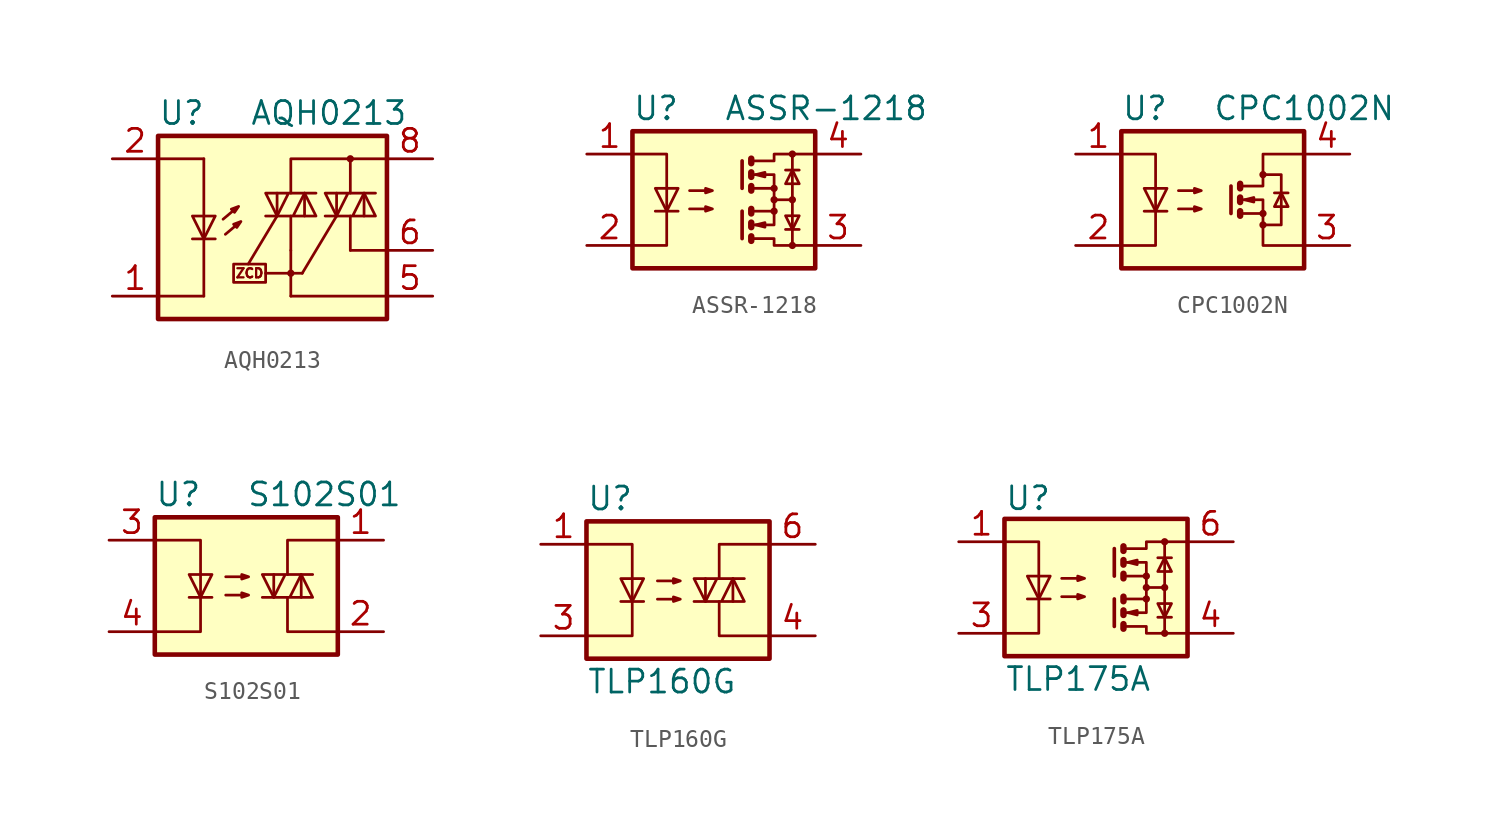
<source format=kicad_sym>
(kicad_symbol_lib
  (version 20220914)
  (generator kicad_symbol_editor)
  (symbol "AQH0213"
    (property "Reference" "U"
      (at -7.62 5.08 0)
      (effects (font (size 1.27 1.27)) (justify left)))
    (property "Value" "AQH0213"
      (at -2.54 5.08 0)
      (effects (font (size 1.27 1.27)) (justify left)))
    (symbol "AQH0213_0_0"
      (rectangle (start -3.429 -3.302) (end -1.651 -4.318) (stroke (width 0) (type default)) (fill (type none)))
      (text "ZCD" (at -2.54 -3.81 0) (effects (font (size 0.508 0.508)))))
    (symbol "AQH0213_0_1"
      (rectangle (start -7.62 3.81) (end 5.08 -6.35) (stroke (width 0.254) (type default)) (fill (type background)))
      (polyline (pts (xy -5.715 -1.905) (xy -4.445 -1.905)) (stroke (width 0) (type default)) (fill (type none)))
      (polyline (pts (xy -5.08 -5.08) (xy -7.62 -5.08)) (stroke (width 0) (type default)) (fill (type none)))
      (polyline (pts (xy -5.08 -1.905) (xy -5.08 -5.08)) (stroke (width 0) (type default)) (fill (type none)))
      (polyline (pts (xy -5.08 -0.635) (xy -5.08 -1.905)) (stroke (width 0) (type default)) (fill (type none)))
      (polyline (pts (xy -5.08 -0.635) (xy -5.08 2.54)) (stroke (width 0) (type default)) (fill (type none)))
      (polyline (pts (xy -5.08 2.54) (xy -7.493 2.54)) (stroke (width 0) (type default)) (fill (type none)))
      (polyline (pts (xy -3.251 -1.118) (xy -3.886 -1.651)) (stroke (width 0) (type default)) (fill (type none)))
      (polyline (pts (xy -1.651 -3.81) (xy -0.254 -3.81)) (stroke (width 0) (type default)) (fill (type none)))
      (polyline (pts (xy -1.016 -0.635) (xy -2.616 -3.302)) (stroke (width 0) (type default)) (fill (type none)))
      (polyline (pts (xy -1.016 -0.635) (xy -1.016 0.635)) (stroke (width 0) (type default)) (fill (type none)))
      (polyline (pts (xy -0.254 -3.81) (xy 0.381 -3.81)) (stroke (width 0) (type default)) (fill (type none)))
      (polyline (pts (xy -0.254 -2.54) (xy -0.254 -5.08)) (stroke (width 0) (type default)) (fill (type none)))
      (polyline (pts (xy -0.254 -2.54) (xy -0.254 -0.635)) (stroke (width 0) (type default)) (fill (type none)))
      (polyline (pts (xy 0.381 -3.81) (xy 2.286 -0.635)) (stroke (width 0) (type default)) (fill (type none)))
      (polyline (pts (xy 0.508 0.635) (xy 0.508 -0.635)) (stroke (width 0) (type default)) (fill (type none)))
      (polyline (pts (xy 3.048 -2.54) (xy 5.08 -2.54)) (stroke (width 0) (type default)) (fill (type none)))
      (polyline (pts (xy 3.048 -0.635) (xy 3.048 -2.54)) (stroke (width 0) (type default)) (fill (type none)))
      (polyline (pts (xy 3.048 2.54) (xy 3.048 0.635)) (stroke (width 0) (type default)) (fill (type none)))
      (polyline (pts (xy 5.08 -5.08) (xy -0.254 -5.08)) (stroke (width 0) (type default)) (fill (type none)))
      (polyline (pts (xy 5.08 2.54) (xy 3.048 2.54)) (stroke (width 0) (type default)) (fill (type none)))
      (polyline (pts (xy 3.048 2.54) (xy -0.254 2.54) (xy -0.254 0.635)) (stroke (width 0) (type default)) (fill (type none)))
      (polyline (pts (xy -5.08 -1.905) (xy -5.715 -0.635) (xy -4.445 -0.635) (xy -5.08 -1.905)) (stroke (width 0) (type default)) (fill (type none)))
      (polyline (pts (xy -3.429 -1.092) (xy -3.251 -1.27) (xy -3.023 -0.94) (xy -3.429 -1.092)) (stroke (width 0) (type default)) (fill (type none)))
      (polyline (pts (xy -1.651 -0.635) (xy 1.143 -0.635) (xy 0.508 0.635) (xy -0.127 -0.635)) (stroke (width 0) (type default)) (fill (type none)))
      (polyline (pts (xy 1.143 0.635) (xy -1.651 0.635) (xy -1.016 -0.635) (xy -0.381 0.635)) (stroke (width 0) (type default)) (fill (type none))))
    (symbol "AQH0213_1_1"
      (circle (center -0.254 -3.81) (radius 0.127) (stroke (width 0) (type default)) (fill (type none)))
      (polyline (pts (xy -3.378 -0.279) (xy -4.013 -0.813)) (stroke (width 0) (type default)) (fill (type none)))
      (polyline (pts (xy 2.286 -0.635) (xy 2.286 0.635)) (stroke (width 0) (type default)) (fill (type none)))
      (polyline (pts (xy 3.81 0.635) (xy 3.81 -0.635)) (stroke (width 0) (type default)) (fill (type none)))
      (polyline (pts (xy -3.556 -0.254) (xy -3.378 -0.432) (xy -3.15 -0.102) (xy -3.556 -0.254)) (stroke (width 0) (type default)) (fill (type none)))
      (polyline (pts (xy 1.651 -0.635) (xy 4.445 -0.635) (xy 3.81 0.635) (xy 3.175 -0.635)) (stroke (width 0) (type default)) (fill (type none)))
      (polyline (pts (xy 4.445 0.635) (xy 1.651 0.635) (xy 2.286 -0.635) (xy 2.921 0.635)) (stroke (width 0) (type default)) (fill (type none)))
      (circle (center 3.048 2.54) (radius 0.127) (stroke (width 0) (type default)) (fill (type none)))
      (pin passive line (at -10.16 -5.08 0) (length 2.54) (name "~" (effects (font (size 1.27 1.27)))) (number "1" (effects (font (size 1.27 1.27)))))
      (pin passive line (at -10.16 2.54 0) (length 2.54) (name "~" (effects (font (size 1.27 1.27)))) (number "2" (effects (font (size 1.27 1.27)))))
      (pin passive line (at -10.16 -5.08 0) (length 2.54) hide (name "~" (effects (font (size 1.27 1.27)))) (number "3" (effects (font (size 1.27 1.27)))))
      (pin passive line (at -10.16 -5.08 0) (length 2.54) hide (name "~" (effects (font (size 1.27 1.27)))) (number "4" (effects (font (size 1.27 1.27)))))
      (pin passive line (at 7.62 -5.08 180) (length 2.54) (name "~" (effects (font (size 1.27 1.27)))) (number "5" (effects (font (size 1.27 1.27)))))
      (pin passive line (at 7.62 -2.54 180) (length 2.54) (name "~" (effects (font (size 1.27 1.27)))) (number "6" (effects (font (size 1.27 1.27)))))
      (pin passive line (at 7.62 2.54 180) (length 2.54) (name "~" (effects (font (size 1.27 1.27)))) (number "8" (effects (font (size 1.27 1.27)))))))
  (symbol "ASSR-1218"
    (property "Reference" "U"
      (at -5.08 5.08 0)
      (effects (font (size 1.27 1.27)) (justify left)))
    (property "Value" "ASSR-1218"
      (at 0 5.08 0)
      (effects (font (size 1.27 1.27)) (justify left)))
    (symbol "ASSR-1218_0_1"
      (rectangle (start -5.08 3.81) (end 5.08 -3.81) (stroke (width 0.254) (type default)) (fill (type background)))
      (polyline (pts (xy -3.81 -0.635) (xy -2.54 -0.635)) (stroke (width 0) (type default)) (fill (type none)))
      (polyline (pts (xy 1.016 -0.635) (xy 1.016 -2.159)) (stroke (width 0.203) (type default)) (fill (type none)))
      (polyline (pts (xy 1.016 2.159) (xy 1.016 0.635)) (stroke (width 0.203) (type default)) (fill (type none)))
      (polyline (pts (xy 1.524 -0.508) (xy 1.524 -0.762)) (stroke (width 0.356) (type default)) (fill (type none)))
      (polyline (pts (xy 2.794 0) (xy 3.81 0)) (stroke (width 0) (type default)) (fill (type none)))
      (polyline (pts (xy 3.429 -1.651) (xy 4.191 -1.651)) (stroke (width 0) (type default)) (fill (type none)))
      (polyline (pts (xy 3.429 1.651) (xy 4.191 1.651)) (stroke (width 0) (type default)) (fill (type none)))
      (polyline (pts (xy 3.81 -2.54) (xy 3.81 2.54)) (stroke (width 0) (type default)) (fill (type none)))
      (polyline (pts (xy 1.524 -2.032) (xy 1.524 -2.286) (xy 1.524 -2.286)) (stroke (width 0.356) (type default)) (fill (type none)))
      (polyline (pts (xy 1.524 -1.27) (xy 1.524 -1.524) (xy 1.524 -1.524)) (stroke (width 0.356) (type default)) (fill (type none)))
      (polyline (pts (xy 1.524 0.762) (xy 1.524 0.508) (xy 1.524 0.508)) (stroke (width 0.356) (type default)) (fill (type none)))
      (polyline (pts (xy 1.524 1.524) (xy 1.524 1.27) (xy 1.524 1.27)) (stroke (width 0.356) (type default)) (fill (type none)))
      (polyline (pts (xy 1.524 2.286) (xy 1.524 2.032) (xy 1.524 2.032)) (stroke (width 0.356) (type default)) (fill (type none)))
      (polyline (pts (xy 1.651 -1.397) (xy 2.794 -1.397) (xy 2.794 -0.635)) (stroke (width 0) (type default)) (fill (type none)))
      (polyline (pts (xy 1.651 1.397) (xy 2.794 1.397) (xy 2.794 0.635)) (stroke (width 0) (type default)) (fill (type none)))
      (polyline (pts (xy -5.08 2.54) (xy -3.175 2.54) (xy -3.175 -2.54) (xy -5.08 -2.54)) (stroke (width 0) (type default)) (fill (type none)))
      (polyline (pts (xy -3.175 -0.635) (xy -3.81 0.635) (xy -2.54 0.635) (xy -3.175 -0.635)) (stroke (width 0) (type default)) (fill (type none)))
      (polyline (pts (xy 1.651 -2.159) (xy 2.794 -2.159) (xy 2.794 -2.54) (xy 5.08 -2.54)) (stroke (width 0) (type default)) (fill (type none)))
      (polyline (pts (xy 1.651 -0.635) (xy 2.794 -0.635) (xy 2.794 0.635) (xy 1.651 0.635)) (stroke (width 0) (type default)) (fill (type none)))
      (polyline (pts (xy 1.651 2.159) (xy 2.794 2.159) (xy 2.794 2.54) (xy 5.08 2.54)) (stroke (width 0) (type default)) (fill (type none)))
      (polyline (pts (xy 1.778 -1.397) (xy 2.286 -1.27) (xy 2.286 -1.524) (xy 1.778 -1.397)) (stroke (width 0) (type default)) (fill (type none)))
      (polyline (pts (xy 1.778 1.397) (xy 2.286 1.524) (xy 2.286 1.27) (xy 1.778 1.397)) (stroke (width 0) (type default)) (fill (type none)))
      (polyline (pts (xy 3.81 -1.651) (xy 3.429 -0.889) (xy 4.191 -0.889) (xy 3.81 -1.651)) (stroke (width 0) (type default)) (fill (type none)))
      (polyline (pts (xy 3.81 1.651) (xy 3.429 0.889) (xy 4.191 0.889) (xy 3.81 1.651)) (stroke (width 0) (type default)) (fill (type none)))
      (polyline (pts (xy -1.905 -0.508) (xy -0.635 -0.508) (xy -1.016 -0.635) (xy -1.016 -0.381) (xy -0.635 -0.508)) (stroke (width 0) (type default)) (fill (type none)))
      (polyline (pts (xy -1.905 0.508) (xy -0.635 0.508) (xy -1.016 0.381) (xy -1.016 0.635) (xy -0.635 0.508)) (stroke (width 0) (type default)) (fill (type none)))
      (circle (center 2.794 -0.635) (radius 0.127) (stroke (width 0) (type default)) (fill (type none)))
      (circle (center 2.794 0) (radius 0.127) (stroke (width 0) (type default)) (fill (type none)))
      (circle (center 2.794 0.635) (radius 0.127) (stroke (width 0) (type default)) (fill (type none)))
      (circle (center 3.81 -2.54) (radius 0.127) (stroke (width 0) (type default)) (fill (type none)))
      (circle (center 3.81 0) (radius 0.127) (stroke (width 0) (type default)) (fill (type none)))
      (circle (center 3.81 2.54) (radius 0.127) (stroke (width 0) (type default)) (fill (type none))))
    (symbol "ASSR-1218_1_1"
      (pin passive line (at -7.62 2.54 0) (length 2.54) (name "~" (effects (font (size 1.27 1.27)))) (number "1" (effects (font (size 1.27 1.27)))))
      (pin passive line (at -7.62 -2.54 0) (length 2.54) (name "~" (effects (font (size 1.27 1.27)))) (number "2" (effects (font (size 1.27 1.27)))))
      (pin passive line (at 7.62 -2.54 180) (length 2.54) (name "~" (effects (font (size 1.27 1.27)))) (number "3" (effects (font (size 1.27 1.27)))))
      (pin passive line (at 7.62 2.54 180) (length 2.54) (name "~" (effects (font (size 1.27 1.27)))) (number "4" (effects (font (size 1.27 1.27)))))))
  (symbol "CPC1002N"
    (property "Reference" "U"
      (at -5.08 5.08 0)
      (effects (font (size 1.27 1.27)) (justify left)))
    (property "Value" "CPC1002N"
      (at 0 5.08 0)
      (effects (font (size 1.27 1.27)) (justify left)))
    (symbol "CPC1002N_0_1"
      (rectangle (start -5.08 3.81) (end 5.08 -3.81) (stroke (width 0.254) (type default)) (fill (type background)))
      (polyline (pts (xy -3.81 -0.635) (xy -2.54 -0.635)) (stroke (width 0) (type default)) (fill (type none)))
      (polyline (pts (xy 1.016 0.762) (xy 1.016 -0.762)) (stroke (width 0.203) (type default)) (fill (type none)))
      (polyline (pts (xy 1.524 -0.762) (xy 2.794 -0.762)) (stroke (width 0) (type default)) (fill (type none)))
      (polyline (pts (xy 3.429 0.381) (xy 4.191 0.381)) (stroke (width 0) (type default)) (fill (type none)))
      (polyline (pts (xy 1.524 -0.635) (xy 1.524 -0.889) (xy 1.524 -0.889)) (stroke (width 0.356) (type default)) (fill (type none)))
      (polyline (pts (xy 1.524 0.127) (xy 1.524 -0.127) (xy 1.524 -0.127)) (stroke (width 0.356) (type default)) (fill (type none)))
      (polyline (pts (xy 1.524 0.889) (xy 1.524 0.635) (xy 1.524 0.635)) (stroke (width 0.356) (type default)) (fill (type none)))
      (polyline (pts (xy -5.08 2.54) (xy -3.175 2.54) (xy -3.175 -2.54) (xy -5.08 -2.54)) (stroke (width 0) (type default)) (fill (type none)))
      (polyline (pts (xy -3.175 -0.635) (xy -3.81 0.635) (xy -2.54 0.635) (xy -3.175 -0.635)) (stroke (width 0) (type default)) (fill (type none)))
      (polyline (pts (xy 1.524 0) (xy 2.794 0) (xy 2.794 -2.54) (xy 5.08 -2.54)) (stroke (width 0) (type default)) (fill (type none)))
      (polyline (pts (xy 1.524 0.762) (xy 2.794 0.762) (xy 2.794 2.54) (xy 5.08 2.54)) (stroke (width 0) (type default)) (fill (type none)))
      (polyline (pts (xy 1.778 0) (xy 2.286 0.127) (xy 2.286 -0.127) (xy 1.778 0)) (stroke (width 0) (type default)) (fill (type none)))
      (polyline (pts (xy 2.794 -1.397) (xy 3.81 -1.397) (xy 3.81 1.397) (xy 2.794 1.397)) (stroke (width 0) (type default)) (fill (type none)))
      (polyline (pts (xy 3.81 0.381) (xy 3.429 -0.381) (xy 4.191 -0.381) (xy 3.81 0.381)) (stroke (width 0) (type default)) (fill (type none)))
      (polyline (pts (xy -1.905 -0.508) (xy -0.635 -0.508) (xy -1.016 -0.635) (xy -1.016 -0.381) (xy -0.635 -0.508)) (stroke (width 0) (type default)) (fill (type none)))
      (polyline (pts (xy -1.905 0.508) (xy -0.635 0.508) (xy -1.016 0.381) (xy -1.016 0.635) (xy -0.635 0.508)) (stroke (width 0) (type default)) (fill (type none)))
      (circle (center 2.794 -1.397) (radius 0.127) (stroke (width 0) (type default)) (fill (type none)))
      (circle (center 2.794 -0.762) (radius 0.127) (stroke (width 0) (type default)) (fill (type none)))
      (circle (center 2.794 1.397) (radius 0.127) (stroke (width 0) (type default)) (fill (type none))))
    (symbol "CPC1002N_1_1"
      (pin passive line (at -7.62 2.54 0) (length 2.54) (name "~" (effects (font (size 1.27 1.27)))) (number "1" (effects (font (size 1.27 1.27)))))
      (pin passive line (at -7.62 -2.54 0) (length 2.54) (name "~" (effects (font (size 1.27 1.27)))) (number "2" (effects (font (size 1.27 1.27)))))
      (pin passive line (at 7.62 -2.54 180) (length 2.54) (name "~" (effects (font (size 1.27 1.27)))) (number "3" (effects (font (size 1.27 1.27)))))
      (pin passive line (at 7.62 2.54 180) (length 2.54) (name "~" (effects (font (size 1.27 1.27)))) (number "4" (effects (font (size 1.27 1.27)))))))
  (symbol "S102S01"
    (property "Reference" "U"
      (at -5.08 5.08 0)
      (effects (font (size 1.27 1.27)) (justify left)))
    (property "Value" "S102S01"
      (at 0 5.08 0)
      (effects (font (size 1.27 1.27)) (justify left)))
    (symbol "S102S01_0_1"
      (rectangle (start -5.08 3.81) (end 5.08 -3.81) (stroke (width 0.254) (type default)) (fill (type background)))
      (polyline (pts (xy -3.175 -0.635) (xy -1.905 -0.635)) (stroke (width 0) (type default)) (fill (type none)))
      (polyline (pts (xy 1.524 -0.635) (xy 1.524 0.635)) (stroke (width 0) (type default)) (fill (type none)))
      (polyline (pts (xy 3.048 0.635) (xy 3.048 -0.635)) (stroke (width 0) (type default)) (fill (type none)))
      (polyline (pts (xy 2.286 -0.635) (xy 2.286 -2.54) (xy 5.08 -2.54)) (stroke (width 0) (type default)) (fill (type none)))
      (polyline (pts (xy 2.286 0.635) (xy 2.286 2.54) (xy 5.08 2.54)) (stroke (width 0) (type default)) (fill (type none)))
      (polyline (pts (xy -5.08 2.54) (xy -2.54 2.54) (xy -2.54 -2.54) (xy -5.08 -2.54)) (stroke (width 0) (type default)) (fill (type none)))
      (polyline (pts (xy -2.54 -0.635) (xy -3.175 0.635) (xy -1.905 0.635) (xy -2.54 -0.635)) (stroke (width 0) (type default)) (fill (type none)))
      (polyline (pts (xy 0.889 -0.635) (xy 3.683 -0.635) (xy 3.048 0.635) (xy 2.413 -0.635)) (stroke (width 0) (type default)) (fill (type none)))
      (polyline (pts (xy 3.683 0.635) (xy 0.889 0.635) (xy 1.524 -0.635) (xy 2.159 0.635)) (stroke (width 0) (type default)) (fill (type none)))
      (polyline (pts (xy -1.143 -0.508) (xy 0.127 -0.508) (xy -0.254 -0.635) (xy -0.254 -0.381) (xy 0.127 -0.508)) (stroke (width 0) (type default)) (fill (type none)))
      (polyline (pts (xy -1.143 0.508) (xy 0.127 0.508) (xy -0.254 0.381) (xy -0.254 0.635) (xy 0.127 0.508)) (stroke (width 0) (type default)) (fill (type none))))
    (symbol "S102S01_1_1"
      (pin passive line (at 7.62 2.54 180) (length 2.54) (name "~" (effects (font (size 1.27 1.27)))) (number "1" (effects (font (size 1.27 1.27)))))
      (pin passive line (at 7.62 -2.54 180) (length 2.54) (name "~" (effects (font (size 1.27 1.27)))) (number "2" (effects (font (size 1.27 1.27)))))
      (pin passive line (at -7.62 2.54 0) (length 2.54) (name "~" (effects (font (size 1.27 1.27)))) (number "3" (effects (font (size 1.27 1.27)))))
      (pin passive line (at -7.62 -2.54 0) (length 2.54) (name "~" (effects (font (size 1.27 1.27)))) (number "4" (effects (font (size 1.27 1.27)))))))
  (symbol "TLP160G"
    (property "Reference" "U"
      (at -5.08 5.08 0)
      (effects (font (size 1.27 1.27)) (justify left)))
    (property "Value" "TLP160G"
      (at -5.08 -5.08 0)
      (effects (font (size 1.27 1.27)) (justify left)))
    (symbol "TLP160G_0_1"
      (rectangle (start -5.08 3.81) (end 5.08 -3.81) (stroke (width 0.254) (type default)) (fill (type background)))
      (polyline (pts (xy -3.175 -0.635) (xy -1.905 -0.635)) (stroke (width 0) (type default)) (fill (type none)))
      (polyline (pts (xy 1.524 -0.635) (xy 1.524 0.635)) (stroke (width 0) (type default)) (fill (type none)))
      (polyline (pts (xy 3.048 0.635) (xy 3.048 -0.635)) (stroke (width 0) (type default)) (fill (type none)))
      (polyline (pts (xy 2.286 -0.635) (xy 2.286 -2.54) (xy 5.08 -2.54)) (stroke (width 0) (type default)) (fill (type none)))
      (polyline (pts (xy 2.286 0.635) (xy 2.286 2.54) (xy 5.08 2.54)) (stroke (width 0) (type default)) (fill (type none)))
      (polyline (pts (xy -5.08 2.54) (xy -2.54 2.54) (xy -2.54 -2.54) (xy -5.08 -2.54)) (stroke (width 0) (type default)) (fill (type none)))
      (polyline (pts (xy -2.54 -0.635) (xy -3.175 0.635) (xy -1.905 0.635) (xy -2.54 -0.635)) (stroke (width 0) (type default)) (fill (type none)))
      (polyline (pts (xy 0.889 -0.635) (xy 3.683 -0.635) (xy 3.048 0.635) (xy 2.413 -0.635)) (stroke (width 0) (type default)) (fill (type none)))
      (polyline (pts (xy 3.683 0.635) (xy 0.889 0.635) (xy 1.524 -0.635) (xy 2.159 0.635)) (stroke (width 0) (type default)) (fill (type none)))
      (polyline (pts (xy -1.143 -0.508) (xy 0.127 -0.508) (xy -0.254 -0.635) (xy -0.254 -0.381) (xy 0.127 -0.508)) (stroke (width 0) (type default)) (fill (type none)))
      (polyline (pts (xy -1.143 0.508) (xy 0.127 0.508) (xy -0.254 0.381) (xy -0.254 0.635) (xy 0.127 0.508)) (stroke (width 0) (type default)) (fill (type none))))
    (symbol "TLP160G_1_1"
      (pin passive line (at -7.62 2.54 0) (length 2.54) (name "~" (effects (font (size 1.27 1.27)))) (number "1" (effects (font (size 1.27 1.27)))))
      (pin passive line (at -7.62 -2.54 0) (length 2.54) (name "~" (effects (font (size 1.27 1.27)))) (number "3" (effects (font (size 1.27 1.27)))))
      (pin passive line (at 7.62 -2.54 180) (length 2.54) (name "~" (effects (font (size 1.27 1.27)))) (number "4" (effects (font (size 1.27 1.27)))))
      (pin passive line (at 7.62 2.54 180) (length 2.54) (name "~" (effects (font (size 1.27 1.27)))) (number "6" (effects (font (size 1.27 1.27)))))))
  (symbol "TLP175A"
    (property "Reference" "U"
      (at -5.08 4.953 0)
      (effects (font (size 1.27 1.27)) (justify left)))
    (property "Value" "TLP175A"
      (at -5.08 -5.08 0)
      (effects (font (size 1.27 1.27)) (justify left)))
    (symbol "TLP175A_0_1"
      (rectangle (start -5.08 3.81) (end 5.08 -3.81) (stroke (width 0.254) (type default)) (fill (type background)))
      (polyline (pts (xy -3.81 -0.635) (xy -2.54 -0.635)) (stroke (width 0) (type default)) (fill (type none)))
      (polyline (pts (xy 1.016 -0.635) (xy 1.016 -2.159)) (stroke (width 0.203) (type default)) (fill (type none)))
      (polyline (pts (xy 1.016 2.159) (xy 1.016 0.635)) (stroke (width 0.203) (type default)) (fill (type none)))
      (polyline (pts (xy 1.524 -0.508) (xy 1.524 -0.762)) (stroke (width 0.356) (type default)) (fill (type none)))
      (polyline (pts (xy 2.794 0) (xy 3.81 0)) (stroke (width 0) (type default)) (fill (type none)))
      (polyline (pts (xy 3.429 -1.651) (xy 4.191 -1.651)) (stroke (width 0) (type default)) (fill (type none)))
      (polyline (pts (xy 3.429 1.651) (xy 4.191 1.651)) (stroke (width 0) (type default)) (fill (type none)))
      (polyline (pts (xy 3.81 -2.54) (xy 3.81 2.54)) (stroke (width 0) (type default)) (fill (type none)))
      (polyline (pts (xy 1.524 -2.032) (xy 1.524 -2.286) (xy 1.524 -2.286)) (stroke (width 0.356) (type default)) (fill (type none)))
      (polyline (pts (xy 1.524 -1.27) (xy 1.524 -1.524) (xy 1.524 -1.524)) (stroke (width 0.356) (type default)) (fill (type none)))
      (polyline (pts (xy 1.524 0.762) (xy 1.524 0.508) (xy 1.524 0.508)) (stroke (width 0.356) (type default)) (fill (type none)))
      (polyline (pts (xy 1.524 1.524) (xy 1.524 1.27) (xy 1.524 1.27)) (stroke (width 0.356) (type default)) (fill (type none)))
      (polyline (pts (xy 1.524 2.286) (xy 1.524 2.032) (xy 1.524 2.032)) (stroke (width 0.356) (type default)) (fill (type none)))
      (polyline (pts (xy 1.651 -1.397) (xy 2.794 -1.397) (xy 2.794 -0.635)) (stroke (width 0) (type default)) (fill (type none)))
      (polyline (pts (xy 1.651 1.397) (xy 2.794 1.397) (xy 2.794 0.635)) (stroke (width 0) (type default)) (fill (type none)))
      (polyline (pts (xy -5.08 2.54) (xy -3.175 2.54) (xy -3.175 -2.54) (xy -5.08 -2.54)) (stroke (width 0) (type default)) (fill (type none)))
      (polyline (pts (xy -3.175 -0.635) (xy -3.81 0.635) (xy -2.54 0.635) (xy -3.175 -0.635)) (stroke (width 0) (type default)) (fill (type none)))
      (polyline (pts (xy 1.651 -2.159) (xy 2.794 -2.159) (xy 2.794 -2.54) (xy 5.08 -2.54)) (stroke (width 0) (type default)) (fill (type none)))
      (polyline (pts (xy 1.651 -0.635) (xy 2.794 -0.635) (xy 2.794 0.635) (xy 1.651 0.635)) (stroke (width 0) (type default)) (fill (type none)))
      (polyline (pts (xy 1.651 2.159) (xy 2.794 2.159) (xy 2.794 2.54) (xy 5.08 2.54)) (stroke (width 0) (type default)) (fill (type none)))
      (polyline (pts (xy 1.778 -1.397) (xy 2.286 -1.27) (xy 2.286 -1.524) (xy 1.778 -1.397)) (stroke (width 0) (type default)) (fill (type none)))
      (polyline (pts (xy 1.778 1.397) (xy 2.286 1.524) (xy 2.286 1.27) (xy 1.778 1.397)) (stroke (width 0) (type default)) (fill (type none)))
      (polyline (pts (xy 3.81 -1.651) (xy 3.429 -0.889) (xy 4.191 -0.889) (xy 3.81 -1.651)) (stroke (width 0) (type default)) (fill (type none)))
      (polyline (pts (xy 3.81 1.651) (xy 3.429 0.889) (xy 4.191 0.889) (xy 3.81 1.651)) (stroke (width 0) (type default)) (fill (type none)))
      (polyline (pts (xy -1.905 -0.508) (xy -0.635 -0.508) (xy -1.016 -0.635) (xy -1.016 -0.381) (xy -0.635 -0.508)) (stroke (width 0) (type default)) (fill (type none)))
      (polyline (pts (xy -1.905 0.508) (xy -0.635 0.508) (xy -1.016 0.381) (xy -1.016 0.635) (xy -0.635 0.508)) (stroke (width 0) (type default)) (fill (type none)))
      (circle (center 2.794 -0.635) (radius 0.127) (stroke (width 0) (type default)) (fill (type none)))
      (circle (center 2.794 0) (radius 0.127) (stroke (width 0) (type default)) (fill (type none)))
      (circle (center 2.794 0.635) (radius 0.127) (stroke (width 0) (type default)) (fill (type none)))
      (circle (center 3.81 -2.54) (radius 0.127) (stroke (width 0) (type default)) (fill (type none)))
      (circle (center 3.81 0) (radius 0.127) (stroke (width 0) (type default)) (fill (type none)))
      (circle (center 3.81 2.54) (radius 0.127) (stroke (width 0) (type default)) (fill (type none))))
    (symbol "TLP175A_1_1"
      (pin passive line (at -7.62 2.54 0) (length 2.54) (name "~" (effects (font (size 1.27 1.27)))) (number "1" (effects (font (size 1.27 1.27)))))
      (pin passive line (at -7.62 -2.54 0) (length 2.54) (name "~" (effects (font (size 1.27 1.27)))) (number "3" (effects (font (size 1.27 1.27)))))
      (pin passive line (at 7.62 -2.54 180) (length 2.54) (name "~" (effects (font (size 1.27 1.27)))) (number "4" (effects (font (size 1.27 1.27)))))
      (pin passive line (at 7.62 2.54 180) (length 2.54) (name "~" (effects (font (size 1.27 1.27)))) (number "6" (effects (font (size 1.27 1.27))))))))
</source>
